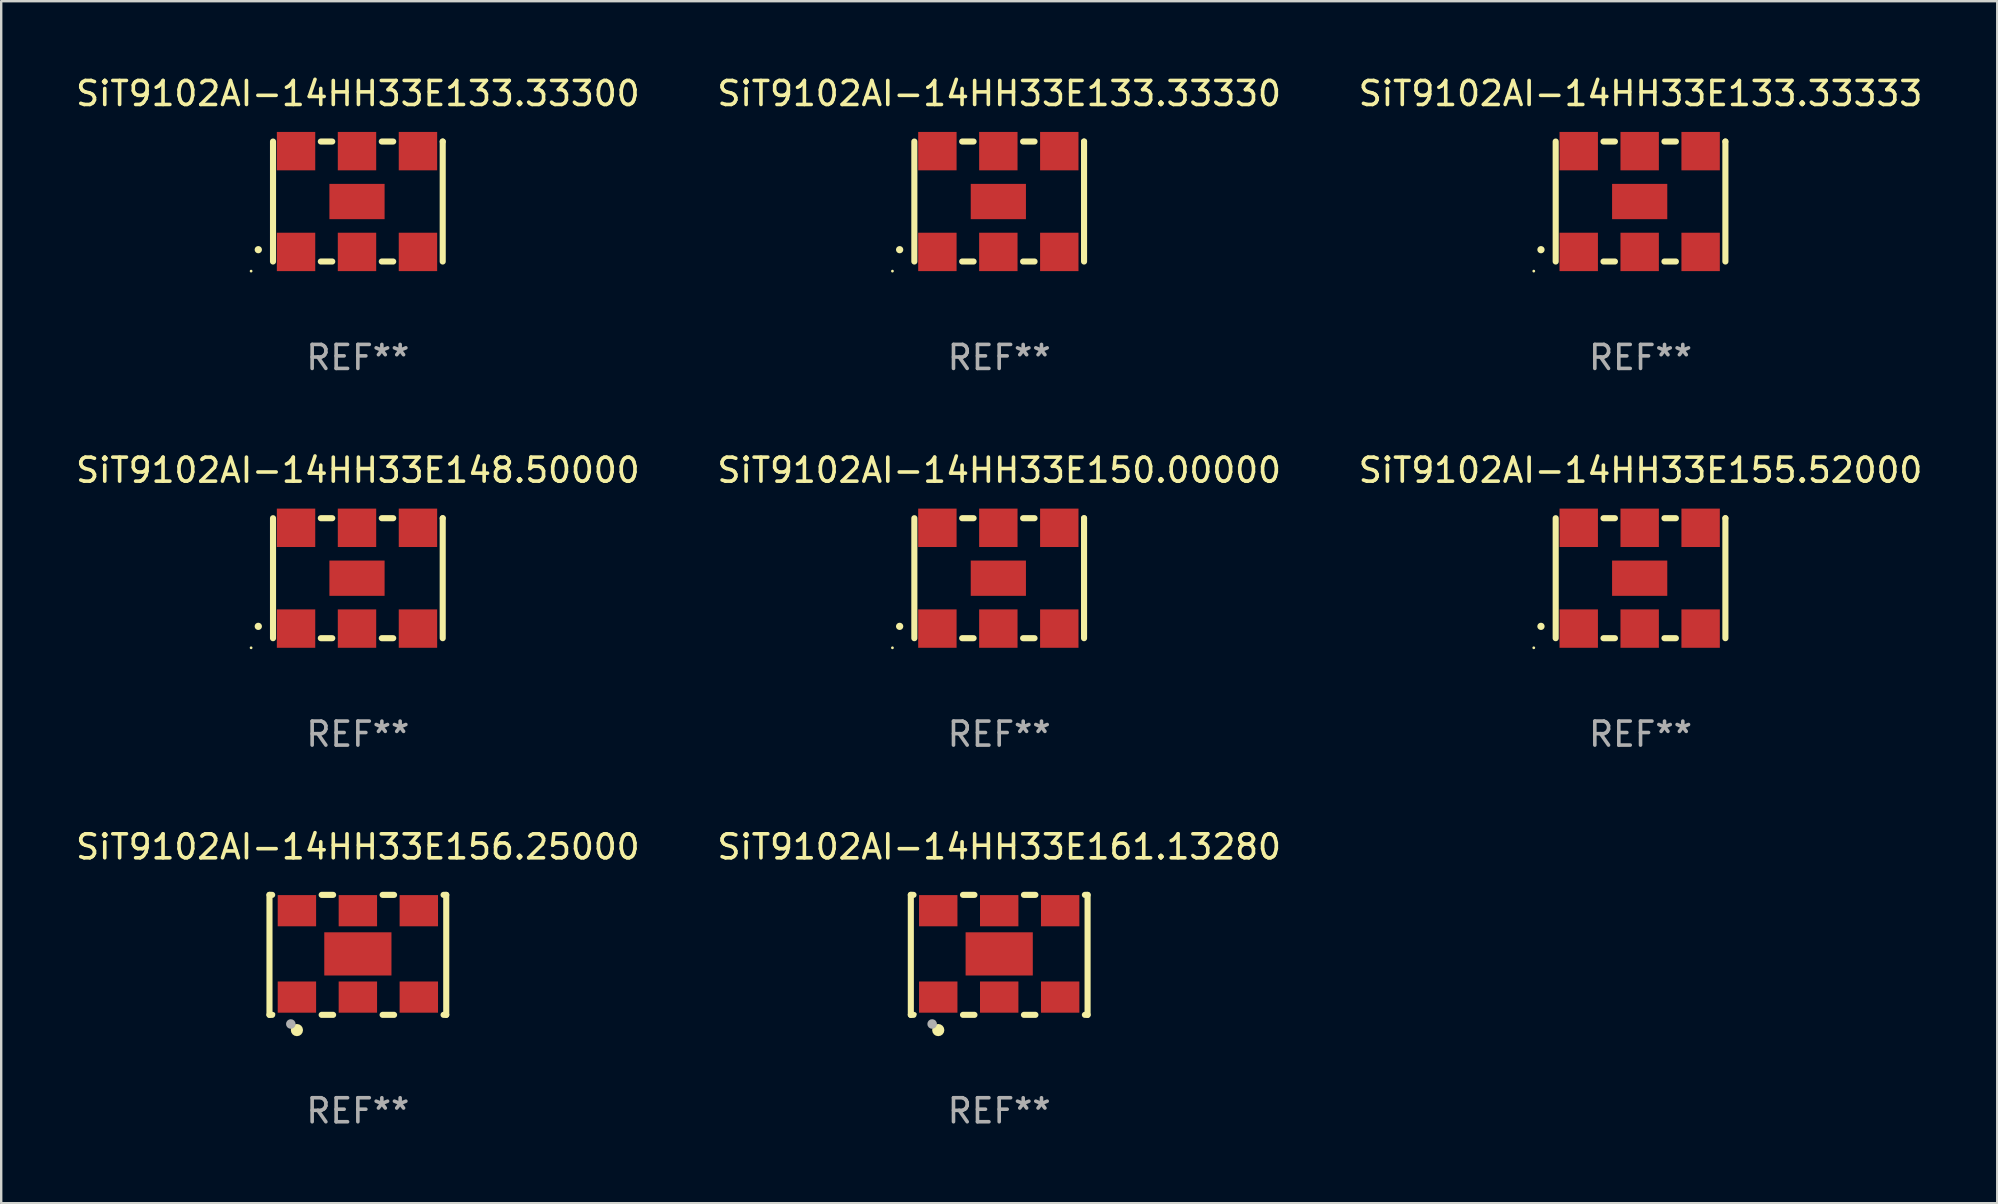
<source format=kicad_pcb>
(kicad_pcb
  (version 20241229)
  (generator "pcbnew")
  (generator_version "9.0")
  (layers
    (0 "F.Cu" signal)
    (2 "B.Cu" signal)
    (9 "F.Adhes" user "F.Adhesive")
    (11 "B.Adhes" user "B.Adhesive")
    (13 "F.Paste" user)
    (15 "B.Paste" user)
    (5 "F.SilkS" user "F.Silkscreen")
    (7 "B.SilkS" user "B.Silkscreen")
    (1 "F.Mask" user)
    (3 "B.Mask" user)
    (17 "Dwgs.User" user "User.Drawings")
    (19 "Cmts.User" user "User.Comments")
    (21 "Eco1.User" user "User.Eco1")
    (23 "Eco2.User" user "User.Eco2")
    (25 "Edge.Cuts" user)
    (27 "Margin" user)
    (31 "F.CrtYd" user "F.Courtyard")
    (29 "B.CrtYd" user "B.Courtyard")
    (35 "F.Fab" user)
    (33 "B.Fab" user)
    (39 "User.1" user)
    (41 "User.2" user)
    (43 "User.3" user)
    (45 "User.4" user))
  (footprint "SiT9102AI-14HH33E161.13280"
    (layer "F.Cu")
    (at 38.589 36.741)
    (property "Reference" "SiT9102AI-14HH33E161.13280" (at 0 -4.5 0) (layer "F.SilkS") (effects (font (size 1 1) (thickness 0.15))))
    (attr through_hole)
    (fp_line (start -3.683 -2.5) (end -3.571 -2.5) (stroke (width 0.254) (type solid)) (layer "F.SilkS"))
    (fp_line (start -3.683 2.5) (end -3.683 -2.5) (stroke (width 0.254) (type solid)) (layer "F.SilkS"))
    (fp_line (start -3.683 2.5) (end -3.571 2.5) (stroke (width 0.254) (type solid)) (layer "F.SilkS"))
    (fp_line (start -1.509 -2.5) (end -1.031 -2.5) (stroke (width 0.254) (type solid)) (layer "F.SilkS"))
    (fp_line (start -1.509 2.5) (end -1.031 2.5) (stroke (width 0.254) (type solid)) (layer "F.SilkS"))
    (fp_line (start 1.031 -2.5) (end 1.509 -2.5) (stroke (width 0.254) (type solid)) (layer "F.SilkS"))
    (fp_line (start 1.031 2.5) (end 1.509 2.5) (stroke (width 0.254) (type solid)) (layer "F.SilkS"))
    (fp_line (start 3.571 -2.5) (end 3.683 -2.5) (stroke (width 0.254) (type solid)) (layer "F.SilkS"))
    (fp_line (start 3.571 2.5) (end 3.683 2.5) (stroke (width 0.254) (type solid)) (layer "F.SilkS"))
    (fp_line (start 3.683 2.5) (end 3.683 -2.5) (stroke (width 0.254) (type solid)) (layer "F.SilkS"))
    (fp_circle (center -3.5 2.46) (end -3.47 2.46) (stroke (width 0.06) (type solid)) (fill no) (layer "F.SilkS"))
    (fp_circle (center -2.54 3.135) (end -2.413 3.135) (stroke (width 0.254) (type solid)) (fill no) (layer "F.SilkS"))
    (fp_circle (center -2.794 2.881) (end -2.694 2.881) (stroke (width 0.2) (type solid)) (fill no) (layer "F.Fab"))
    (fp_text user "REF**" (at 0 6.5 0) (layer "F.Fab") (effects (font (size 1 1) (thickness 0.15))))
    (pad "1" smd rect (at -2.54 1.76) (size 1.6 1.3) (layers "F.Cu" "F.Mask" "F.Paste"))
    (pad "2" smd rect (at 0 1.76) (size 1.6 1.3) (layers "F.Cu" "F.Mask" "F.Paste"))
    (pad "3" smd rect (at 2.54 1.76) (size 1.6 1.3) (layers "F.Cu" "F.Mask" "F.Paste"))
    (pad "4" smd rect (at 2.54 -1.84) (size 1.6 1.3) (layers "F.Cu" "F.Mask" "F.Paste"))
    (pad "5" smd rect (at 0 -1.84) (size 1.6 1.3) (layers "F.Cu" "F.Mask" "F.Paste"))
    (pad "6" smd rect (at -2.54 -1.84) (size 1.6 1.3) (layers "F.Cu" "F.Mask" "F.Paste"))
    (pad "7" smd rect (at 0 -0.04) (size 2.8 1.8) (layers "F.Cu" "F.Mask" "F.Paste")))
  (footprint "SiT9102AI-14HH33E148.50000"
    (layer "F.Cu")
    (at 11.863 21.045)
    (property "Reference" "SiT9102AI-14HH33E148.50000" (at 0 -4.5 0) (layer "F.SilkS") (effects (font (size 1 1) (thickness 0.15))))
    (attr through_hole)
    (fp_line (start -3.536 -2.5) (end -3.536 2.5) (stroke (width 0.254) (type solid)) (layer "F.SilkS"))
    (fp_line (start -1.544 2.5) (end -1.067 2.5) (stroke (width 0.254) (type solid)) (layer "F.SilkS"))
    (fp_line (start -1.067 -2.5) (end -1.544 -2.5) (stroke (width 0.254) (type solid)) (layer "F.SilkS"))
    (fp_line (start 0.996 2.5) (end 1.473 2.5) (stroke (width 0.254) (type solid)) (layer "F.SilkS"))
    (fp_line (start 1.473 -2.5) (end 0.996 -2.5) (stroke (width 0.254) (type solid)) (layer "F.SilkS"))
    (fp_line (start 3.536 -2.5) (end 3.536 -2.5) (stroke (width 0.254) (type solid)) (layer "F.SilkS"))
    (fp_line (start 3.536 2.5) (end 3.536 -2.5) (stroke (width 0.254) (type solid)) (layer "F.SilkS"))
    (fp_arc (start -4.150432 2.006604) (mid -4.149162 2.006599) (end -4.147892 2.006604) (stroke (width 0.3) (type solid)) (layer "F.SilkS"))
    (fp_circle (center -4.449 2.9) (end -4.419 2.9) (stroke (width 0.06) (type solid)) (fill no) (layer "F.SilkS"))
    (fp_text user "REF**" (at 0 6.5 0) (layer "F.Fab") (effects (font (size 1 1) (thickness 0.15))))
    (pad "1" smd rect (at -2.576 2.1) (size 1.6 1.6) (layers "F.Cu" "F.Mask" "F.Paste"))
    (pad "2" smd rect (at -0.036 2.1) (size 1.6 1.6) (layers "F.Cu" "F.Mask" "F.Paste"))
    (pad "3" smd rect (at 2.504 2.1) (size 1.6 1.6) (layers "F.Cu" "F.Mask" "F.Paste"))
    (pad "4" smd rect (at 2.504 -2.1) (size 1.6 1.6) (layers "F.Cu" "F.Mask" "F.Paste"))
    (pad "5" smd rect (at -0.036 -2.1) (size 1.6 1.6) (layers "F.Cu" "F.Mask" "F.Paste"))
    (pad "6" smd rect (at -2.576 -2.1) (size 1.6 1.6) (layers "F.Cu" "F.Mask" "F.Paste"))
    (pad "7" smd rect (at -0.036 0) (size 2.3 1.47) (layers "F.Cu" "F.Mask" "F.Paste")))
  (footprint "SiT9102AI-14HH33E155.52000"
    (layer "F.Cu")
    (at 65.315 21.045)
    (property "Reference" "SiT9102AI-14HH33E155.52000" (at 0 -4.5 0) (layer "F.SilkS") (effects (font (size 1 1) (thickness 0.15))))
    (attr through_hole)
    (fp_line (start -3.536 -2.5) (end -3.536 2.5) (stroke (width 0.254) (type solid)) (layer "F.SilkS"))
    (fp_line (start -1.544 2.5) (end -1.067 2.5) (stroke (width 0.254) (type solid)) (layer "F.SilkS"))
    (fp_line (start -1.067 -2.5) (end -1.544 -2.5) (stroke (width 0.254) (type solid)) (layer "F.SilkS"))
    (fp_line (start 0.996 2.5) (end 1.473 2.5) (stroke (width 0.254) (type solid)) (layer "F.SilkS"))
    (fp_line (start 1.473 -2.5) (end 0.996 -2.5) (stroke (width 0.254) (type solid)) (layer "F.SilkS"))
    (fp_line (start 3.536 -2.5) (end 3.536 -2.5) (stroke (width 0.254) (type solid)) (layer "F.SilkS"))
    (fp_line (start 3.536 2.5) (end 3.536 -2.5) (stroke (width 0.254) (type solid)) (layer "F.SilkS"))
    (fp_arc (start -4.150432 2.006604) (mid -4.149162 2.006599) (end -4.147892 2.006604) (stroke (width 0.3) (type solid)) (layer "F.SilkS"))
    (fp_circle (center -4.449 2.9) (end -4.419 2.9) (stroke (width 0.06) (type solid)) (fill no) (layer "F.SilkS"))
    (fp_text user "REF**" (at 0 6.5 0) (layer "F.Fab") (effects (font (size 1 1) (thickness 0.15))))
    (pad "1" smd rect (at -2.576 2.1) (size 1.6 1.6) (layers "F.Cu" "F.Mask" "F.Paste"))
    (pad "2" smd rect (at -0.036 2.1) (size 1.6 1.6) (layers "F.Cu" "F.Mask" "F.Paste"))
    (pad "3" smd rect (at 2.504 2.1) (size 1.6 1.6) (layers "F.Cu" "F.Mask" "F.Paste"))
    (pad "4" smd rect (at 2.504 -2.1) (size 1.6 1.6) (layers "F.Cu" "F.Mask" "F.Paste"))
    (pad "5" smd rect (at -0.036 -2.1) (size 1.6 1.6) (layers "F.Cu" "F.Mask" "F.Paste"))
    (pad "6" smd rect (at -2.576 -2.1) (size 1.6 1.6) (layers "F.Cu" "F.Mask" "F.Paste"))
    (pad "7" smd rect (at -0.036 0) (size 2.3 1.47) (layers "F.Cu" "F.Mask" "F.Paste")))
  (footprint "SiT9102AI-14HH33E150.00000"
    (layer "F.Cu")
    (at 38.589 21.045)
    (property "Reference" "SiT9102AI-14HH33E150.00000" (at 0 -4.5 0) (layer "F.SilkS") (effects (font (size 1 1) (thickness 0.15))))
    (attr through_hole)
    (fp_line (start -3.536 -2.5) (end -3.536 2.5) (stroke (width 0.254) (type solid)) (layer "F.SilkS"))
    (fp_line (start -1.544 2.5) (end -1.067 2.5) (stroke (width 0.254) (type solid)) (layer "F.SilkS"))
    (fp_line (start -1.067 -2.5) (end -1.544 -2.5) (stroke (width 0.254) (type solid)) (layer "F.SilkS"))
    (fp_line (start 0.996 2.5) (end 1.473 2.5) (stroke (width 0.254) (type solid)) (layer "F.SilkS"))
    (fp_line (start 1.473 -2.5) (end 0.996 -2.5) (stroke (width 0.254) (type solid)) (layer "F.SilkS"))
    (fp_line (start 3.536 -2.5) (end 3.536 -2.5) (stroke (width 0.254) (type solid)) (layer "F.SilkS"))
    (fp_line (start 3.536 2.5) (end 3.536 -2.5) (stroke (width 0.254) (type solid)) (layer "F.SilkS"))
    (fp_arc (start -4.150432 2.006604) (mid -4.149162 2.006599) (end -4.147892 2.006604) (stroke (width 0.3) (type solid)) (layer "F.SilkS"))
    (fp_circle (center -4.449 2.9) (end -4.419 2.9) (stroke (width 0.06) (type solid)) (fill no) (layer "F.SilkS"))
    (fp_text user "REF**" (at 0 6.5 0) (layer "F.Fab") (effects (font (size 1 1) (thickness 0.15))))
    (pad "1" smd rect (at -2.576 2.1) (size 1.6 1.6) (layers "F.Cu" "F.Mask" "F.Paste"))
    (pad "2" smd rect (at -0.036 2.1) (size 1.6 1.6) (layers "F.Cu" "F.Mask" "F.Paste"))
    (pad "3" smd rect (at 2.504 2.1) (size 1.6 1.6) (layers "F.Cu" "F.Mask" "F.Paste"))
    (pad "4" smd rect (at 2.504 -2.1) (size 1.6 1.6) (layers "F.Cu" "F.Mask" "F.Paste"))
    (pad "5" smd rect (at -0.036 -2.1) (size 1.6 1.6) (layers "F.Cu" "F.Mask" "F.Paste"))
    (pad "6" smd rect (at -2.576 -2.1) (size 1.6 1.6) (layers "F.Cu" "F.Mask" "F.Paste"))
    (pad "7" smd rect (at -0.036 0) (size 2.3 1.47) (layers "F.Cu" "F.Mask" "F.Paste")))
  (footprint "SiT9102AI-14HH33E156.25000"
    (layer "F.Cu")
    (at 11.863 36.741)
    (property "Reference" "SiT9102AI-14HH33E156.25000" (at 0 -4.5 0) (layer "F.SilkS") (effects (font (size 1 1) (thickness 0.15))))
    (attr through_hole)
    (fp_line (start -3.683 -2.5) (end -3.571 -2.5) (stroke (width 0.254) (type solid)) (layer "F.SilkS"))
    (fp_line (start -3.683 2.5) (end -3.683 -2.5) (stroke (width 0.254) (type solid)) (layer "F.SilkS"))
    (fp_line (start -3.683 2.5) (end -3.571 2.5) (stroke (width 0.254) (type solid)) (layer "F.SilkS"))
    (fp_line (start -1.509 -2.5) (end -1.031 -2.5) (stroke (width 0.254) (type solid)) (layer "F.SilkS"))
    (fp_line (start -1.509 2.5) (end -1.031 2.5) (stroke (width 0.254) (type solid)) (layer "F.SilkS"))
    (fp_line (start 1.031 -2.5) (end 1.509 -2.5) (stroke (width 0.254) (type solid)) (layer "F.SilkS"))
    (fp_line (start 1.031 2.5) (end 1.509 2.5) (stroke (width 0.254) (type solid)) (layer "F.SilkS"))
    (fp_line (start 3.571 -2.5) (end 3.683 -2.5) (stroke (width 0.254) (type solid)) (layer "F.SilkS"))
    (fp_line (start 3.571 2.5) (end 3.683 2.5) (stroke (width 0.254) (type solid)) (layer "F.SilkS"))
    (fp_line (start 3.683 2.5) (end 3.683 -2.5) (stroke (width 0.254) (type solid)) (layer "F.SilkS"))
    (fp_circle (center -3.5 2.46) (end -3.47 2.46) (stroke (width 0.06) (type solid)) (fill no) (layer "F.SilkS"))
    (fp_circle (center -2.54 3.135) (end -2.413 3.135) (stroke (width 0.254) (type solid)) (fill no) (layer "F.SilkS"))
    (fp_circle (center -2.794 2.881) (end -2.694 2.881) (stroke (width 0.2) (type solid)) (fill no) (layer "F.Fab"))
    (fp_text user "REF**" (at 0 6.5 0) (layer "F.Fab") (effects (font (size 1 1) (thickness 0.15))))
    (pad "1" smd rect (at -2.54 1.76) (size 1.6 1.3) (layers "F.Cu" "F.Mask" "F.Paste"))
    (pad "2" smd rect (at 0 1.76) (size 1.6 1.3) (layers "F.Cu" "F.Mask" "F.Paste"))
    (pad "3" smd rect (at 2.54 1.76) (size 1.6 1.3) (layers "F.Cu" "F.Mask" "F.Paste"))
    (pad "4" smd rect (at 2.54 -1.84) (size 1.6 1.3) (layers "F.Cu" "F.Mask" "F.Paste"))
    (pad "5" smd rect (at 0 -1.84) (size 1.6 1.3) (layers "F.Cu" "F.Mask" "F.Paste"))
    (pad "6" smd rect (at -2.54 -1.84) (size 1.6 1.3) (layers "F.Cu" "F.Mask" "F.Paste"))
    (pad "7" smd rect (at 0 -0.04) (size 2.8 1.8) (layers "F.Cu" "F.Mask" "F.Paste")))
  (footprint "SiT9102AI-14HH33E133.33300"
    (layer "F.Cu")
    (at 11.863 5.348)
    (property "Reference" "SiT9102AI-14HH33E133.33300" (at 0 -4.5 0) (layer "F.SilkS") (effects (font (size 1 1) (thickness 0.15))))
    (attr through_hole)
    (fp_line (start -3.536 -2.5) (end -3.536 2.5) (stroke (width 0.254) (type solid)) (layer "F.SilkS"))
    (fp_line (start -1.544 2.5) (end -1.067 2.5) (stroke (width 0.254) (type solid)) (layer "F.SilkS"))
    (fp_line (start -1.067 -2.5) (end -1.544 -2.5) (stroke (width 0.254) (type solid)) (layer "F.SilkS"))
    (fp_line (start 0.996 2.5) (end 1.473 2.5) (stroke (width 0.254) (type solid)) (layer "F.SilkS"))
    (fp_line (start 1.473 -2.5) (end 0.996 -2.5) (stroke (width 0.254) (type solid)) (layer "F.SilkS"))
    (fp_line (start 3.536 -2.5) (end 3.536 -2.5) (stroke (width 0.254) (type solid)) (layer "F.SilkS"))
    (fp_line (start 3.536 2.5) (end 3.536 -2.5) (stroke (width 0.254) (type solid)) (layer "F.SilkS"))
    (fp_arc (start -4.150432 2.006604) (mid -4.149162 2.006599) (end -4.147892 2.006604) (stroke (width 0.3) (type solid)) (layer "F.SilkS"))
    (fp_circle (center -4.449 2.9) (end -4.419 2.9) (stroke (width 0.06) (type solid)) (fill no) (layer "F.SilkS"))
    (fp_text user "REF**" (at 0 6.5 0) (layer "F.Fab") (effects (font (size 1 1) (thickness 0.15))))
    (pad "1" smd rect (at -2.576 2.1) (size 1.6 1.6) (layers "F.Cu" "F.Mask" "F.Paste"))
    (pad "2" smd rect (at -0.036 2.1) (size 1.6 1.6) (layers "F.Cu" "F.Mask" "F.Paste"))
    (pad "3" smd rect (at 2.504 2.1) (size 1.6 1.6) (layers "F.Cu" "F.Mask" "F.Paste"))
    (pad "4" smd rect (at 2.504 -2.1) (size 1.6 1.6) (layers "F.Cu" "F.Mask" "F.Paste"))
    (pad "5" smd rect (at -0.036 -2.1) (size 1.6 1.6) (layers "F.Cu" "F.Mask" "F.Paste"))
    (pad "6" smd rect (at -2.576 -2.1) (size 1.6 1.6) (layers "F.Cu" "F.Mask" "F.Paste"))
    (pad "7" smd rect (at -0.036 0) (size 2.3 1.47) (layers "F.Cu" "F.Mask" "F.Paste")))
  (footprint "SiT9102AI-14HH33E133.33330"
    (layer "F.Cu")
    (at 38.589 5.348)
    (property "Reference" "SiT9102AI-14HH33E133.33330" (at 0 -4.5 0) (layer "F.SilkS") (effects (font (size 1 1) (thickness 0.15))))
    (attr through_hole)
    (fp_line (start -3.536 -2.5) (end -3.536 2.5) (stroke (width 0.254) (type solid)) (layer "F.SilkS"))
    (fp_line (start -1.544 2.5) (end -1.067 2.5) (stroke (width 0.254) (type solid)) (layer "F.SilkS"))
    (fp_line (start -1.067 -2.5) (end -1.544 -2.5) (stroke (width 0.254) (type solid)) (layer "F.SilkS"))
    (fp_line (start 0.996 2.5) (end 1.473 2.5) (stroke (width 0.254) (type solid)) (layer "F.SilkS"))
    (fp_line (start 1.473 -2.5) (end 0.996 -2.5) (stroke (width 0.254) (type solid)) (layer "F.SilkS"))
    (fp_line (start 3.536 -2.5) (end 3.536 -2.5) (stroke (width 0.254) (type solid)) (layer "F.SilkS"))
    (fp_line (start 3.536 2.5) (end 3.536 -2.5) (stroke (width 0.254) (type solid)) (layer "F.SilkS"))
    (fp_arc (start -4.150432 2.006604) (mid -4.149162 2.006599) (end -4.147892 2.006604) (stroke (width 0.3) (type solid)) (layer "F.SilkS"))
    (fp_circle (center -4.449 2.9) (end -4.419 2.9) (stroke (width 0.06) (type solid)) (fill no) (layer "F.SilkS"))
    (fp_text user "REF**" (at 0 6.5 0) (layer "F.Fab") (effects (font (size 1 1) (thickness 0.15))))
    (pad "1" smd rect (at -2.576 2.1) (size 1.6 1.6) (layers "F.Cu" "F.Mask" "F.Paste"))
    (pad "2" smd rect (at -0.036 2.1) (size 1.6 1.6) (layers "F.Cu" "F.Mask" "F.Paste"))
    (pad "3" smd rect (at 2.504 2.1) (size 1.6 1.6) (layers "F.Cu" "F.Mask" "F.Paste"))
    (pad "4" smd rect (at 2.504 -2.1) (size 1.6 1.6) (layers "F.Cu" "F.Mask" "F.Paste"))
    (pad "5" smd rect (at -0.036 -2.1) (size 1.6 1.6) (layers "F.Cu" "F.Mask" "F.Paste"))
    (pad "6" smd rect (at -2.576 -2.1) (size 1.6 1.6) (layers "F.Cu" "F.Mask" "F.Paste"))
    (pad "7" smd rect (at -0.036 0) (size 2.3 1.47) (layers "F.Cu" "F.Mask" "F.Paste")))
  (footprint "SiT9102AI-14HH33E133.33333"
    (layer "F.Cu")
    (at 65.315 5.348)
    (property "Reference" "SiT9102AI-14HH33E133.33333" (at 0 -4.5 0) (layer "F.SilkS") (effects (font (size 1 1) (thickness 0.15))))
    (attr through_hole)
    (fp_line (start -3.536 -2.5) (end -3.536 2.5) (stroke (width 0.254) (type solid)) (layer "F.SilkS"))
    (fp_line (start -1.544 2.5) (end -1.067 2.5) (stroke (width 0.254) (type solid)) (layer "F.SilkS"))
    (fp_line (start -1.067 -2.5) (end -1.544 -2.5) (stroke (width 0.254) (type solid)) (layer "F.SilkS"))
    (fp_line (start 0.996 2.5) (end 1.473 2.5) (stroke (width 0.254) (type solid)) (layer "F.SilkS"))
    (fp_line (start 1.473 -2.5) (end 0.996 -2.5) (stroke (width 0.254) (type solid)) (layer "F.SilkS"))
    (fp_line (start 3.536 -2.5) (end 3.536 -2.5) (stroke (width 0.254) (type solid)) (layer "F.SilkS"))
    (fp_line (start 3.536 2.5) (end 3.536 -2.5) (stroke (width 0.254) (type solid)) (layer "F.SilkS"))
    (fp_arc (start -4.150432 2.006604) (mid -4.149162 2.006599) (end -4.147892 2.006604) (stroke (width 0.3) (type solid)) (layer "F.SilkS"))
    (fp_circle (center -4.449 2.9) (end -4.419 2.9) (stroke (width 0.06) (type solid)) (fill no) (layer "F.SilkS"))
    (fp_text user "REF**" (at 0 6.5 0) (layer "F.Fab") (effects (font (size 1 1) (thickness 0.15))))
    (pad "1" smd rect (at -2.576 2.1) (size 1.6 1.6) (layers "F.Cu" "F.Mask" "F.Paste"))
    (pad "2" smd rect (at -0.036 2.1) (size 1.6 1.6) (layers "F.Cu" "F.Mask" "F.Paste"))
    (pad "3" smd rect (at 2.504 2.1) (size 1.6 1.6) (layers "F.Cu" "F.Mask" "F.Paste"))
    (pad "4" smd rect (at 2.504 -2.1) (size 1.6 1.6) (layers "F.Cu" "F.Mask" "F.Paste"))
    (pad "5" smd rect (at -0.036 -2.1) (size 1.6 1.6) (layers "F.Cu" "F.Mask" "F.Paste"))
    (pad "6" smd rect (at -2.576 -2.1) (size 1.6 1.6) (layers "F.Cu" "F.Mask" "F.Paste"))
    (pad "7" smd rect (at -0.036 0) (size 2.3 1.47) (layers "F.Cu" "F.Mask" "F.Paste")))
  (gr_rect
    (start -3 -3)
    (end 80.179 47.09)
    (stroke (width 0.1) (type default))
    (fill no)
    (layer "Edge.Cuts")))
</source>
